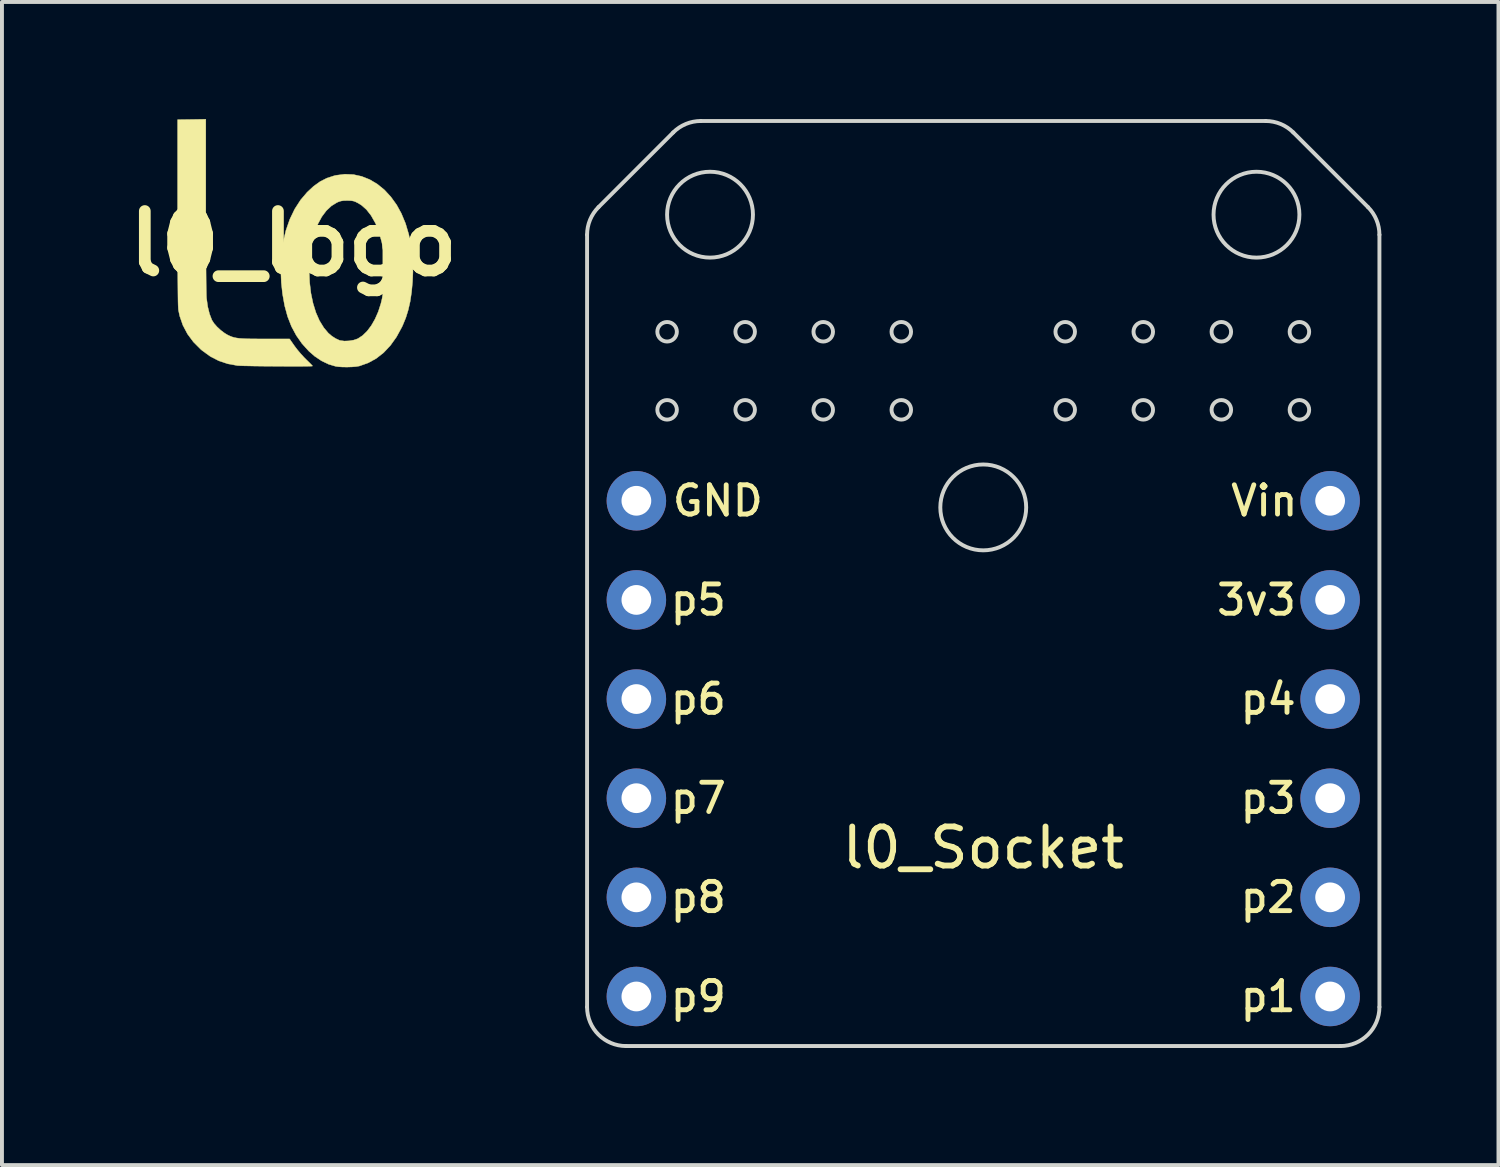
<source format=kicad_pcb>
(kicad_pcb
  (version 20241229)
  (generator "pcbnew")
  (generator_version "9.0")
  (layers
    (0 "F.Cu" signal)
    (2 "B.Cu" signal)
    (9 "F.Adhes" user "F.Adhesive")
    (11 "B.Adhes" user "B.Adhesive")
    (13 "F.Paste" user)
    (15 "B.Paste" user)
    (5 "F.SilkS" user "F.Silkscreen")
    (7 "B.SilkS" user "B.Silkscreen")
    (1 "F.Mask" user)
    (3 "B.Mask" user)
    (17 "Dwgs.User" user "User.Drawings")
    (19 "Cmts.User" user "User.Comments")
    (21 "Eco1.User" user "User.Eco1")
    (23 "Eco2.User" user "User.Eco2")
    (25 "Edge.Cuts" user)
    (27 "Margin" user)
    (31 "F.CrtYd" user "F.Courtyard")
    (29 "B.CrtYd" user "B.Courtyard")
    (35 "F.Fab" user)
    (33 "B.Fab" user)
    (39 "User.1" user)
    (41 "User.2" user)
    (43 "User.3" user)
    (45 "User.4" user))
  (footprint "l0_logo"
    (layer "F.Cu")
    (at 4.47 3.191)
    (property "Reference" "l0_logo" (at 0 0 0) (layer "F.SilkS") (effects (font (size 1.524 1.524) (thickness 0.3))))
    (attr through_hole)
    (fp_poly (pts (xy -2.247 -0.992) (xy -2.247 -0.656) (xy -2.246 -0.338) (xy -2.245 -0.039) (xy -2.244 0.237) (xy -2.243 0.49) (xy -2.241 0.717) (xy -2.239 0.916) (xy -2.237 1.085) (xy -2.234 1.222) (xy -2.232 1.324) (xy -2.229 1.391) (xy -2.227 1.407) (xy -2.198 1.616) (xy -2.152 1.801) (xy -2.092 1.957) (xy -2.088 1.964) (xy -2.036 2.045) (xy -1.958 2.133) (xy -1.865 2.219) (xy -1.767 2.293) (xy -1.689 2.34) (xy -1.634 2.366) (xy -1.58 2.388) (xy -1.524 2.405) (xy -1.46 2.418) (xy -1.384 2.428) (xy -1.291 2.434) (xy -1.176 2.439) (xy -1.034 2.441) (xy -0.861 2.442) (xy -0.733 2.442) (xy -0.101 2.442) (xy 0.025 2.623) (xy 0.096 2.716) (xy 0.183 2.82) (xy 0.272 2.917) (xy 0.32 2.965) (xy 0.385 3.029) (xy 0.439 3.082) (xy 0.475 3.12) (xy 0.488 3.136) (xy 0.488 3.136) (xy 0.47 3.139) (xy 0.416 3.141) (xy 0.333 3.143) (xy 0.224 3.144) (xy 0.095 3.144) (xy -0.052 3.144) (xy -0.21 3.144) (xy -0.375 3.143) (xy -0.543 3.142) (xy -0.709 3.141) (xy -0.869 3.139) (xy -1.019 3.137) (xy -1.153 3.134) (xy -1.267 3.132) (xy -1.356 3.129) (xy -1.417 3.126) (xy -1.436 3.125) (xy -1.686 3.079) (xy -1.916 3.002) (xy -2.131 2.891) (xy -2.335 2.744) (xy -2.38 2.706) (xy -2.565 2.52) (xy -2.717 2.315) (xy -2.834 2.093) (xy -2.916 1.856) (xy -2.949 1.7) (xy -2.952 1.657) (xy -2.956 1.576) (xy -2.959 1.457) (xy -2.961 1.299) (xy -2.963 1.103) (xy -2.965 0.87) (xy -2.967 0.6) (xy -2.968 0.293) (xy -2.969 -0.05) (xy -2.97 -0.43) (xy -2.97 -0.801) (xy -2.97 -3.175) (xy -2.609 -3.18) (xy -2.247 -3.186) (xy -2.247 -0.992)) (stroke (width 0.01) (type solid)) (fill yes) (layer "F.SilkS"))
    (fp_poly (pts (xy 1.534 -1.769) (xy 1.747 -1.722) (xy 1.951 -1.641) (xy 2.145 -1.526) (xy 2.327 -1.378) (xy 2.493 -1.199) (xy 2.643 -0.991) (xy 2.763 -0.772) (xy 2.87 -0.515) (xy 2.954 -0.231) (xy 3.014 0.073) (xy 3.05 0.393) (xy 3.06 0.722) (xy 3.049 0.977) (xy 3.024 1.246) (xy 2.988 1.485) (xy 2.939 1.7) (xy 2.877 1.9) (xy 2.798 2.092) (xy 2.776 2.139) (xy 2.638 2.392) (xy 2.482 2.61) (xy 2.309 2.794) (xy 2.119 2.943) (xy 1.913 3.056) (xy 1.691 3.135) (xy 1.688 3.136) (xy 1.608 3.15) (xy 1.502 3.159) (xy 1.382 3.163) (xy 1.262 3.162) (xy 1.154 3.155) (xy 1.081 3.145) (xy 0.9 3.091) (xy 0.718 3.004) (xy 0.542 2.886) (xy 0.392 2.755) (xy 0.218 2.563) (xy 0.071 2.353) (xy -0.052 2.124) (xy -0.151 1.871) (xy -0.227 1.593) (xy -0.282 1.286) (xy -0.313 0.996) (xy -0.325 0.701) (xy 0.401 0.701) (xy 0.413 0.994) (xy 0.446 1.271) (xy 0.5 1.529) (xy 0.573 1.765) (xy 0.665 1.975) (xy 0.776 2.155) (xy 0.892 2.293) (xy 0.98 2.368) (xy 1.079 2.432) (xy 1.173 2.476) (xy 1.198 2.483) (xy 1.302 2.497) (xy 1.422 2.492) (xy 1.542 2.472) (xy 1.644 2.437) (xy 1.648 2.435) (xy 1.769 2.356) (xy 1.885 2.243) (xy 1.993 2.1) (xy 2.089 1.932) (xy 2.172 1.743) (xy 2.238 1.538) (xy 2.268 1.414) (xy 2.314 1.128) (xy 2.337 0.834) (xy 2.335 0.541) (xy 2.311 0.254) (xy 2.265 -0.02) (xy 2.196 -0.275) (xy 2.107 -0.505) (xy 2.09 -0.539) (xy 1.985 -0.723) (xy 1.868 -0.872) (xy 1.74 -0.985) (xy 1.657 -1.036) (xy 1.588 -1.071) (xy 1.532 -1.091) (xy 1.471 -1.1) (xy 1.389 -1.103) (xy 1.377 -1.103) (xy 1.286 -1.101) (xy 1.216 -1.091) (xy 1.152 -1.07) (xy 1.111 -1.052) (xy 0.97 -0.965) (xy 0.84 -0.843) (xy 0.725 -0.689) (xy 0.626 -0.506) (xy 0.543 -0.296) (xy 0.478 -0.063) (xy 0.432 0.192) (xy 0.411 0.395) (xy 0.401 0.701) (xy -0.325 0.701) (xy -0.327 0.639) (xy -0.312 0.296) (xy -0.268 -0.03) (xy -0.195 -0.337) (xy -0.096 -0.622) (xy 0.03 -0.884) (xy 0.182 -1.119) (xy 0.349 -1.316) (xy 0.515 -1.47) (xy 0.681 -1.589) (xy 0.854 -1.677) (xy 1.041 -1.738) (xy 1.093 -1.75) (xy 1.315 -1.778) (xy 1.534 -1.769)) (stroke (width 0.01) (type solid)) (fill yes) (layer "F.SilkS")))
  (footprint "l0_Socket"
    (layer "F.Cu")
    (at 22.141 16.13)
    (property "Reference" "l0_Socket" (at 0 2.54 0) (layer "F.SilkS") (effects (font (size 1 1) (thickness 0.15))))
    (attr through_hole)
    (fp_line (start -10.15 -13.166) (end -10.15 6.62) (stroke (width 0.1) (type solid)) (layer "Edge.Cuts"))
    (fp_line (start -9.15 7.62) (end 9.15 7.62) (stroke (width 0.1) (type solid)) (layer "Edge.Cuts"))
    (fp_line (start -7.943 -15.787) (end -9.857 -13.873) (stroke (width 0.1) (type solid)) (layer "Edge.Cuts"))
    (fp_line (start -7.236 -16.08) (end 7.236 -16.08) (stroke (width 0.1) (type solid)) (layer "Edge.Cuts"))
    (fp_line (start 9.857 -13.873) (end 7.943 -15.787) (stroke (width 0.1) (type solid)) (layer "Edge.Cuts"))
    (fp_line (start 10.15 -13.166) (end 10.15 6.62) (stroke (width 0.1) (type solid)) (layer "Edge.Cuts"))
    (fp_arc (start -10.15 -13.165786) (mid -10.07388 -13.548469) (end -9.857107 -13.872893) (stroke (width 0.1) (type solid)) (layer "Edge.Cuts"))
    (fp_arc (start -9.15 7.62) (mid -9.857107 7.327107) (end -10.15 6.62) (stroke (width 0.1) (type solid)) (layer "Edge.Cuts"))
    (fp_arc (start -7.942894 -15.787107) (mid -7.618471 -16.00388) (end -7.235787 -16.08) (stroke (width 0.1) (type solid)) (layer "Edge.Cuts"))
    (fp_arc (start 7.235787 -16.08) (mid 7.61847 -16.003879) (end 7.942893 -15.787106) (stroke (width 0.1) (type solid)) (layer "Edge.Cuts"))
    (fp_arc (start 9.857107 -13.872893) (mid 10.07388 -13.54847) (end 10.15 -13.165786) (stroke (width 0.1) (type solid)) (layer "Edge.Cuts"))
    (fp_arc (start 10.15 6.62) (mid 9.857107 7.327107) (end 9.15 7.62) (stroke (width 0.1) (type solid)) (layer "Edge.Cuts"))
    (fp_circle (center -8.1 -10.68) (end -7.85 -10.68) (stroke (width 0.1) (type solid)) (fill no) (layer "Edge.Cuts"))
    (fp_circle (center -8.1 -8.68) (end -7.85 -8.68) (stroke (width 0.1) (type solid)) (fill no) (layer "Edge.Cuts"))
    (fp_circle (center -7 -13.68) (end -5.9 -13.68) (stroke (width 0.1) (type solid)) (fill no) (layer "Edge.Cuts"))
    (fp_circle (center -6.1 -10.68) (end -5.85 -10.68) (stroke (width 0.1) (type solid)) (fill no) (layer "Edge.Cuts"))
    (fp_circle (center -6.1 -8.68) (end -5.85 -8.68) (stroke (width 0.1) (type solid)) (fill no) (layer "Edge.Cuts"))
    (fp_circle (center -4.1 -10.68) (end -3.85 -10.68) (stroke (width 0.1) (type solid)) (fill no) (layer "Edge.Cuts"))
    (fp_circle (center -4.1 -8.68) (end -3.85 -8.68) (stroke (width 0.1) (type solid)) (fill no) (layer "Edge.Cuts"))
    (fp_circle (center -2.1 -10.68) (end -1.85 -10.68) (stroke (width 0.1) (type solid)) (fill no) (layer "Edge.Cuts"))
    (fp_circle (center -2.1 -8.68) (end -1.85 -8.68) (stroke (width 0.1) (type solid)) (fill no) (layer "Edge.Cuts"))
    (fp_circle (center 0 -6.18) (end 1.1 -6.18) (stroke (width 0.1) (type solid)) (fill no) (layer "Edge.Cuts"))
    (fp_circle (center 2.1 -10.68) (end 2.35 -10.68) (stroke (width 0.1) (type solid)) (fill no) (layer "Edge.Cuts"))
    (fp_circle (center 2.1 -8.68) (end 2.35 -8.68) (stroke (width 0.1) (type solid)) (fill no) (layer "Edge.Cuts"))
    (fp_circle (center 4.1 -10.68) (end 4.35 -10.68) (stroke (width 0.1) (type solid)) (fill no) (layer "Edge.Cuts"))
    (fp_circle (center 4.1 -8.68) (end 4.35 -8.68) (stroke (width 0.1) (type solid)) (fill no) (layer "Edge.Cuts"))
    (fp_circle (center 6.1 -10.68) (end 6.35 -10.68) (stroke (width 0.1) (type solid)) (fill no) (layer "Edge.Cuts"))
    (fp_circle (center 6.1 -8.68) (end 6.35 -8.68) (stroke (width 0.1) (type solid)) (fill no) (layer "Edge.Cuts"))
    (fp_circle (center 7 -13.68) (end 8.1 -13.68) (stroke (width 0.1) (type solid)) (fill no) (layer "Edge.Cuts"))
    (fp_circle (center 8.1 -10.68) (end 8.35 -10.68) (stroke (width 0.1) (type solid)) (fill no) (layer "Edge.Cuts"))
    (fp_circle (center 8.1 -8.68) (end 8.35 -8.68) (stroke (width 0.1) (type solid)) (fill no) (layer "Edge.Cuts"))
    (fp_text user "p6" (at -7.3 -1.27 180) (layer "F.SilkS") (effects (font (size 0.75 0.75) (thickness 0.125))))
    (fp_text user "p8" (at -7.3 3.81 180) (layer "F.SilkS") (effects (font (size 0.75 0.75) (thickness 0.125))))
    (fp_text user "p2" (at 7.3 3.81 0) (layer "F.SilkS") (effects (font (size 0.75 0.75) (thickness 0.125))))
    (fp_text user "GND" (at -6.8 -6.35 180) (layer "F.SilkS") (effects (font (size 0.75 0.75) (thickness 0.125))))
    (fp_text user "p4" (at 7.3 -1.27 0) (layer "F.SilkS") (effects (font (size 0.75 0.75) (thickness 0.125))))
    (fp_text user "Vin" (at 7.2 -6.35 0) (layer "F.SilkS") (effects (font (size 0.75 0.75) (thickness 0.125))))
    (fp_text user "p1" (at 7.3 6.35 0) (layer "F.SilkS") (effects (font (size 0.75 0.75) (thickness 0.125))))
    (fp_text user "p5" (at -7.3 -3.81 180) (layer "F.SilkS") (effects (font (size 0.75 0.75) (thickness 0.125))))
    (fp_text user "p9" (at -7.3 6.35 180) (layer "F.SilkS") (effects (font (size 0.75 0.75) (thickness 0.125))))
    (fp_text user "p7" (at -7.3 1.27 180) (layer "F.SilkS") (effects (font (size 0.75 0.75) (thickness 0.125))))
    (fp_text user "p3" (at 7.3 1.27 0) (layer "F.SilkS") (effects (font (size 0.75 0.75) (thickness 0.125))))
    (fp_text user "3v3" (at 7 -3.81 0) (layer "F.SilkS") (effects (font (size 0.75 0.75) (thickness 0.125))))
    (pad "1" thru_hole circle (at 8.887 6.35 270) (size 1.524 1.524) (drill 0.762) (layers "*.Cu" "*.Mask"))
    (pad "2" thru_hole circle (at 8.887 3.81 270) (size 1.524 1.524) (drill 0.762) (layers "*.Cu" "*.Mask"))
    (pad "3" thru_hole circle (at 8.887 1.27 270) (size 1.524 1.524) (drill 0.762) (layers "*.Cu" "*.Mask"))
    (pad "4" thru_hole circle (at 8.887 -1.27 270) (size 1.524 1.524) (drill 0.762) (layers "*.Cu" "*.Mask"))
    (pad "5" thru_hole circle (at 8.887 -3.81 270) (size 1.524 1.524) (drill 0.762) (layers "*.Cu" "*.Mask"))
    (pad "6" thru_hole circle (at 8.887 -6.35 270) (size 1.524 1.524) (drill 0.762) (layers "*.Cu" "*.Mask"))
    (pad "7" thru_hole circle (at -8.887 -6.35 90) (size 1.524 1.524) (drill 0.762) (layers "*.Cu" "*.Mask"))
    (pad "8" thru_hole circle (at -8.887 -3.81 90) (size 1.524 1.524) (drill 0.762) (layers "*.Cu" "*.Mask"))
    (pad "9" thru_hole circle (at -8.887 -1.27 90) (size 1.524 1.524) (drill 0.762) (layers "*.Cu" "*.Mask"))
    (pad "10" thru_hole circle (at -8.887 1.27 90) (size 1.524 1.524) (drill 0.762) (layers "*.Cu" "*.Mask"))
    (pad "11" thru_hole circle (at -8.887 3.81 90) (size 1.524 1.524) (drill 0.762) (layers "*.Cu" "*.Mask"))
    (pad "12" thru_hole circle (at -8.887 6.35 90) (size 1.524 1.524) (drill 0.762) (layers "*.Cu" "*.Mask")))
  (gr_rect
    (start -3 -3)
    (end 35.341 26.8)
    (stroke (width 0.1) (type default))
    (fill no)
    (layer "Edge.Cuts")))
</source>
